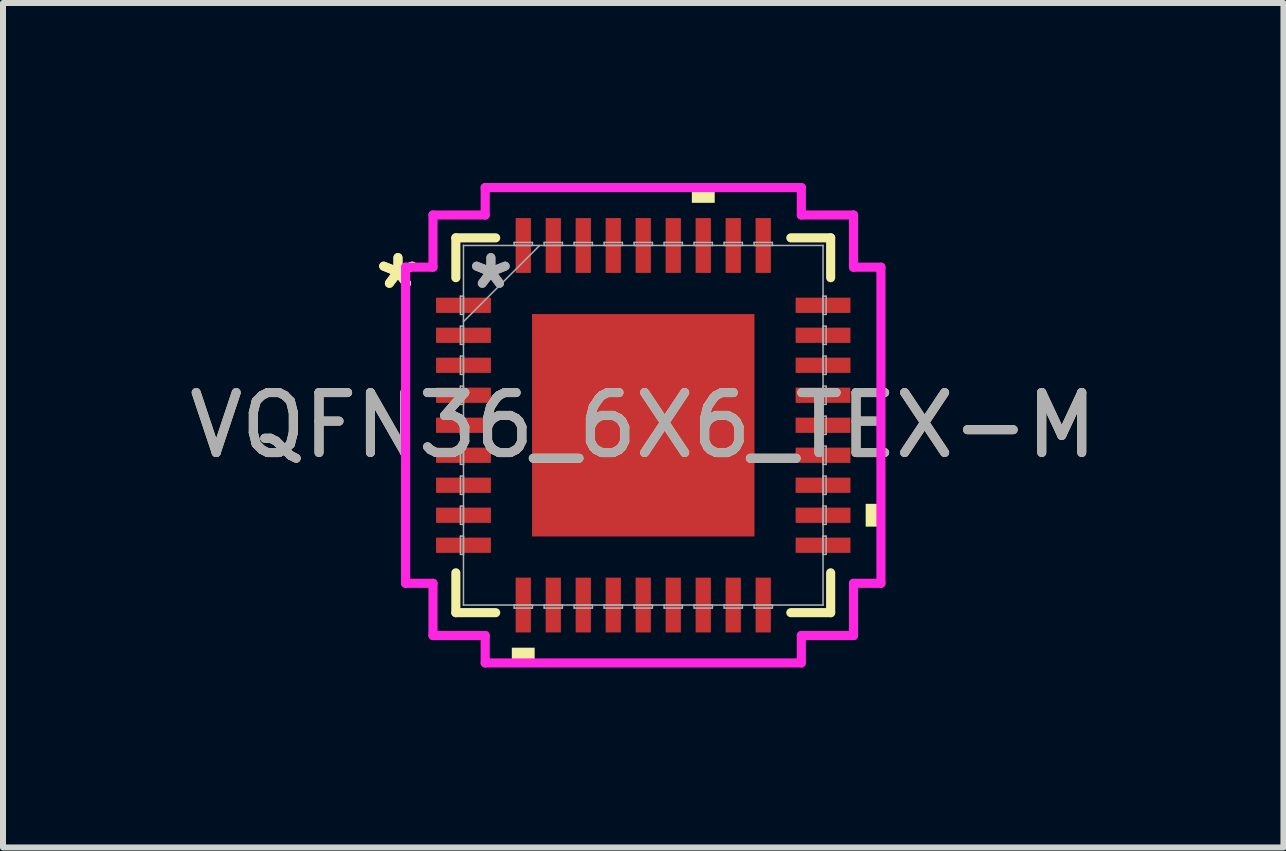
<source format=kicad_pcb>
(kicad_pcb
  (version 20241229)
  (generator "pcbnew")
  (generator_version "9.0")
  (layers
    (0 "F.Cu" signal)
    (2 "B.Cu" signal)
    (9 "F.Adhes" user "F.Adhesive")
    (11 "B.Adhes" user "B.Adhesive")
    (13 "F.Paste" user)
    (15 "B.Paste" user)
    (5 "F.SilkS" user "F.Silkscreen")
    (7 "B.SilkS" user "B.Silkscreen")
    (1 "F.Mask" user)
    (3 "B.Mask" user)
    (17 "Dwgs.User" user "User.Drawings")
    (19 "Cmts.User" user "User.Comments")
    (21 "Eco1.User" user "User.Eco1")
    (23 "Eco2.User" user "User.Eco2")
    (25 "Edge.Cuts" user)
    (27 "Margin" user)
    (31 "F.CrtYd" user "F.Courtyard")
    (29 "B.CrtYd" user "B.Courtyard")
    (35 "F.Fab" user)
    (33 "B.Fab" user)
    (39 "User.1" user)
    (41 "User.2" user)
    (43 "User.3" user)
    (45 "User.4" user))
  (footprint "VQFN36_6X6_TEX-M"
    (layer "F.Cu")
    (at 7.673 4.039)
    (property "Reference" "VQFN36_6X6_TEX-M" (at 0 0 0) (unlocked yes) (layer "F.SilkS") (effects (font (size 1 1) (thickness 0.15))))
    (attr smd)
    (fp_line (start -3.124 -3.124) (end -3.124 -2.46) (stroke (width 0.152) (type solid)) (layer "F.SilkS"))
    (fp_line (start -3.124 2.46) (end -3.124 3.124) (stroke (width 0.152) (type solid)) (layer "F.SilkS"))
    (fp_line (start -3.124 3.124) (end -2.46 3.124) (stroke (width 0.152) (type solid)) (layer "F.SilkS"))
    (fp_line (start -2.46 -3.124) (end -3.124 -3.124) (stroke (width 0.152) (type solid)) (layer "F.SilkS"))
    (fp_line (start 2.46 3.124) (end 3.124 3.124) (stroke (width 0.152) (type solid)) (layer "F.SilkS"))
    (fp_line (start 3.124 -3.124) (end 2.46 -3.124) (stroke (width 0.152) (type solid)) (layer "F.SilkS"))
    (fp_line (start 3.124 -2.46) (end 3.124 -3.124) (stroke (width 0.152) (type solid)) (layer "F.SilkS"))
    (fp_line (start 3.124 3.124) (end 3.124 2.46) (stroke (width 0.152) (type solid)) (layer "F.SilkS"))
    (fp_poly (pts (xy -2.191 3.708) (xy -2.191 3.962) (xy -1.81 3.962) (xy -1.81 3.708)) (stroke (width 0) (type solid)) (fill yes) (layer "F.SilkS"))
    (fp_poly (pts (xy 0.81 -3.708) (xy 0.81 -3.962) (xy 1.191 -3.962) (xy 1.191 -3.708)) (stroke (width 0) (type solid)) (fill yes) (layer "F.SilkS"))
    (fp_poly (pts (xy 3.962 1.31) (xy 3.962 1.69) (xy 3.708 1.69) (xy 3.708 1.31)) (stroke (width 0) (type solid)) (fill yes) (layer "F.SilkS"))
    (fp_poly (pts (xy -1.754 -1.754) (xy -1.754 -0.1) (xy -0.1 -0.1) (xy -0.1 -1.754)) (stroke (width 0) (type solid)) (fill yes) (layer "F.Paste"))
    (fp_poly (pts (xy -1.754 0.1) (xy -1.754 1.754) (xy -0.1 1.754) (xy -0.1 0.1)) (stroke (width 0) (type solid)) (fill yes) (layer "F.Paste"))
    (fp_poly (pts (xy 0.1 -1.754) (xy 0.1 -0.1) (xy 1.754 -0.1) (xy 1.754 -1.754)) (stroke (width 0) (type solid)) (fill yes) (layer "F.Paste"))
    (fp_poly (pts (xy 0.1 0.1) (xy 0.1 1.754) (xy 1.754 1.754) (xy 1.754 0.1)) (stroke (width 0) (type solid)) (fill yes) (layer "F.Paste"))
    (fp_line (start -3.962 -2.635) (end -3.505 -2.635) (stroke (width 0.152) (type solid)) (layer "F.CrtYd"))
    (fp_line (start -3.962 2.635) (end -3.962 -2.635) (stroke (width 0.152) (type solid)) (layer "F.CrtYd"))
    (fp_line (start -3.505 -3.505) (end -2.635 -3.505) (stroke (width 0.152) (type solid)) (layer "F.CrtYd"))
    (fp_line (start -3.505 -2.635) (end -3.505 -3.505) (stroke (width 0.152) (type solid)) (layer "F.CrtYd"))
    (fp_line (start -3.505 2.635) (end -3.962 2.635) (stroke (width 0.152) (type solid)) (layer "F.CrtYd"))
    (fp_line (start -3.505 3.505) (end -3.505 2.635) (stroke (width 0.152) (type solid)) (layer "F.CrtYd"))
    (fp_line (start -2.635 -3.962) (end 2.635 -3.962) (stroke (width 0.152) (type solid)) (layer "F.CrtYd"))
    (fp_line (start -2.635 -3.505) (end -2.635 -3.962) (stroke (width 0.152) (type solid)) (layer "F.CrtYd"))
    (fp_line (start -2.635 3.505) (end -3.505 3.505) (stroke (width 0.152) (type solid)) (layer "F.CrtYd"))
    (fp_line (start -2.635 3.962) (end -2.635 3.505) (stroke (width 0.152) (type solid)) (layer "F.CrtYd"))
    (fp_line (start 2.635 -3.962) (end 2.635 -3.505) (stroke (width 0.152) (type solid)) (layer "F.CrtYd"))
    (fp_line (start 2.635 -3.505) (end 3.505 -3.505) (stroke (width 0.152) (type solid)) (layer "F.CrtYd"))
    (fp_line (start 2.635 3.505) (end 2.635 3.962) (stroke (width 0.152) (type solid)) (layer "F.CrtYd"))
    (fp_line (start 2.635 3.962) (end -2.635 3.962) (stroke (width 0.152) (type solid)) (layer "F.CrtYd"))
    (fp_line (start 3.505 -3.505) (end 3.505 -2.635) (stroke (width 0.152) (type solid)) (layer "F.CrtYd"))
    (fp_line (start 3.505 -2.635) (end 3.962 -2.635) (stroke (width 0.152) (type solid)) (layer "F.CrtYd"))
    (fp_line (start 3.505 2.635) (end 3.505 3.505) (stroke (width 0.152) (type solid)) (layer "F.CrtYd"))
    (fp_line (start 3.505 3.505) (end 2.635 3.505) (stroke (width 0.152) (type solid)) (layer "F.CrtYd"))
    (fp_line (start 3.962 -2.635) (end 3.962 2.635) (stroke (width 0.152) (type solid)) (layer "F.CrtYd"))
    (fp_line (start 3.962 2.635) (end 3.505 2.635) (stroke (width 0.152) (type solid)) (layer "F.CrtYd"))
    (fp_line (start -3.048 -2.152) (end -3.048 -1.848) (stroke (width 0.025) (type solid)) (layer "F.Fab"))
    (fp_line (start -3.048 -1.848) (end -2.997 -1.848) (stroke (width 0.025) (type solid)) (layer "F.Fab"))
    (fp_line (start -3.048 -1.652) (end -3.048 -1.348) (stroke (width 0.025) (type solid)) (layer "F.Fab"))
    (fp_line (start -3.048 -1.348) (end -2.997 -1.348) (stroke (width 0.025) (type solid)) (layer "F.Fab"))
    (fp_line (start -3.048 -1.152) (end -3.048 -0.848) (stroke (width 0.025) (type solid)) (layer "F.Fab"))
    (fp_line (start -3.048 -0.848) (end -2.997 -0.848) (stroke (width 0.025) (type solid)) (layer "F.Fab"))
    (fp_line (start -3.048 -0.652) (end -3.048 -0.348) (stroke (width 0.025) (type solid)) (layer "F.Fab"))
    (fp_line (start -3.048 -0.348) (end -2.997 -0.348) (stroke (width 0.025) (type solid)) (layer "F.Fab"))
    (fp_line (start -3.048 -0.152) (end -3.048 0.152) (stroke (width 0.025) (type solid)) (layer "F.Fab"))
    (fp_line (start -3.048 0.152) (end -2.997 0.152) (stroke (width 0.025) (type solid)) (layer "F.Fab"))
    (fp_line (start -3.048 0.348) (end -3.048 0.652) (stroke (width 0.025) (type solid)) (layer "F.Fab"))
    (fp_line (start -3.048 0.652) (end -2.997 0.652) (stroke (width 0.025) (type solid)) (layer "F.Fab"))
    (fp_line (start -3.048 0.848) (end -3.048 1.152) (stroke (width 0.025) (type solid)) (layer "F.Fab"))
    (fp_line (start -3.048 1.152) (end -2.997 1.152) (stroke (width 0.025) (type solid)) (layer "F.Fab"))
    (fp_line (start -3.048 1.348) (end -3.048 1.652) (stroke (width 0.025) (type solid)) (layer "F.Fab"))
    (fp_line (start -3.048 1.652) (end -2.997 1.652) (stroke (width 0.025) (type solid)) (layer "F.Fab"))
    (fp_line (start -3.048 1.848) (end -3.048 2.152) (stroke (width 0.025) (type solid)) (layer "F.Fab"))
    (fp_line (start -3.048 2.152) (end -2.997 2.152) (stroke (width 0.025) (type solid)) (layer "F.Fab"))
    (fp_line (start -2.997 -2.997) (end -2.997 -2.997) (stroke (width 0.025) (type solid)) (layer "F.Fab"))
    (fp_line (start -2.997 -2.997) (end -2.997 2.997) (stroke (width 0.025) (type solid)) (layer "F.Fab"))
    (fp_line (start -2.997 -2.152) (end -3.048 -2.152) (stroke (width 0.025) (type solid)) (layer "F.Fab"))
    (fp_line (start -2.997 -1.848) (end -2.997 -2.152) (stroke (width 0.025) (type solid)) (layer "F.Fab"))
    (fp_line (start -2.997 -1.727) (end -1.727 -2.997) (stroke (width 0.025) (type solid)) (layer "F.Fab"))
    (fp_line (start -2.997 -1.652) (end -3.048 -1.652) (stroke (width 0.025) (type solid)) (layer "F.Fab"))
    (fp_line (start -2.997 -1.348) (end -2.997 -1.652) (stroke (width 0.025) (type solid)) (layer "F.Fab"))
    (fp_line (start -2.997 -1.152) (end -3.048 -1.152) (stroke (width 0.025) (type solid)) (layer "F.Fab"))
    (fp_line (start -2.997 -0.848) (end -2.997 -1.152) (stroke (width 0.025) (type solid)) (layer "F.Fab"))
    (fp_line (start -2.997 -0.652) (end -3.048 -0.652) (stroke (width 0.025) (type solid)) (layer "F.Fab"))
    (fp_line (start -2.997 -0.348) (end -2.997 -0.652) (stroke (width 0.025) (type solid)) (layer "F.Fab"))
    (fp_line (start -2.997 -0.152) (end -3.048 -0.152) (stroke (width 0.025) (type solid)) (layer "F.Fab"))
    (fp_line (start -2.997 0.152) (end -2.997 -0.152) (stroke (width 0.025) (type solid)) (layer "F.Fab"))
    (fp_line (start -2.997 0.348) (end -3.048 0.348) (stroke (width 0.025) (type solid)) (layer "F.Fab"))
    (fp_line (start -2.997 0.652) (end -2.997 0.348) (stroke (width 0.025) (type solid)) (layer "F.Fab"))
    (fp_line (start -2.997 0.848) (end -3.048 0.848) (stroke (width 0.025) (type solid)) (layer "F.Fab"))
    (fp_line (start -2.997 1.152) (end -2.997 0.848) (stroke (width 0.025) (type solid)) (layer "F.Fab"))
    (fp_line (start -2.997 1.348) (end -3.048 1.348) (stroke (width 0.025) (type solid)) (layer "F.Fab"))
    (fp_line (start -2.997 1.652) (end -2.997 1.348) (stroke (width 0.025) (type solid)) (layer "F.Fab"))
    (fp_line (start -2.997 1.848) (end -3.048 1.848) (stroke (width 0.025) (type solid)) (layer "F.Fab"))
    (fp_line (start -2.997 2.152) (end -2.997 1.848) (stroke (width 0.025) (type solid)) (layer "F.Fab"))
    (fp_line (start -2.997 2.997) (end -2.997 2.997) (stroke (width 0.025) (type solid)) (layer "F.Fab"))
    (fp_line (start -2.997 2.997) (end 2.997 2.997) (stroke (width 0.025) (type solid)) (layer "F.Fab"))
    (fp_line (start -2.152 -3.048) (end -2.152 -2.997) (stroke (width 0.025) (type solid)) (layer "F.Fab"))
    (fp_line (start -2.152 -2.997) (end -1.848 -2.997) (stroke (width 0.025) (type solid)) (layer "F.Fab"))
    (fp_line (start -2.152 2.997) (end -2.152 3.048) (stroke (width 0.025) (type solid)) (layer "F.Fab"))
    (fp_line (start -2.152 3.048) (end -1.848 3.048) (stroke (width 0.025) (type solid)) (layer "F.Fab"))
    (fp_line (start -1.848 -3.048) (end -2.152 -3.048) (stroke (width 0.025) (type solid)) (layer "F.Fab"))
    (fp_line (start -1.848 -2.997) (end -1.848 -3.048) (stroke (width 0.025) (type solid)) (layer "F.Fab"))
    (fp_line (start -1.848 2.997) (end -2.152 2.997) (stroke (width 0.025) (type solid)) (layer "F.Fab"))
    (fp_line (start -1.848 3.048) (end -1.848 2.997) (stroke (width 0.025) (type solid)) (layer "F.Fab"))
    (fp_line (start -1.652 -3.048) (end -1.652 -2.997) (stroke (width 0.025) (type solid)) (layer "F.Fab"))
    (fp_line (start -1.652 -2.997) (end -1.348 -2.997) (stroke (width 0.025) (type solid)) (layer "F.Fab"))
    (fp_line (start -1.652 2.997) (end -1.652 3.048) (stroke (width 0.025) (type solid)) (layer "F.Fab"))
    (fp_line (start -1.652 3.048) (end -1.348 3.048) (stroke (width 0.025) (type solid)) (layer "F.Fab"))
    (fp_line (start -1.348 -3.048) (end -1.652 -3.048) (stroke (width 0.025) (type solid)) (layer "F.Fab"))
    (fp_line (start -1.348 -2.997) (end -1.348 -3.048) (stroke (width 0.025) (type solid)) (layer "F.Fab"))
    (fp_line (start -1.348 2.997) (end -1.652 2.997) (stroke (width 0.025) (type solid)) (layer "F.Fab"))
    (fp_line (start -1.348 3.048) (end -1.348 2.997) (stroke (width 0.025) (type solid)) (layer "F.Fab"))
    (fp_line (start -1.152 -3.048) (end -1.152 -2.997) (stroke (width 0.025) (type solid)) (layer "F.Fab"))
    (fp_line (start -1.152 -2.997) (end -0.848 -2.997) (stroke (width 0.025) (type solid)) (layer "F.Fab"))
    (fp_line (start -1.152 2.997) (end -1.152 3.048) (stroke (width 0.025) (type solid)) (layer "F.Fab"))
    (fp_line (start -1.152 3.048) (end -0.848 3.048) (stroke (width 0.025) (type solid)) (layer "F.Fab"))
    (fp_line (start -0.848 -3.048) (end -1.152 -3.048) (stroke (width 0.025) (type solid)) (layer "F.Fab"))
    (fp_line (start -0.848 -2.997) (end -0.848 -3.048) (stroke (width 0.025) (type solid)) (layer "F.Fab"))
    (fp_line (start -0.848 2.997) (end -1.152 2.997) (stroke (width 0.025) (type solid)) (layer "F.Fab"))
    (fp_line (start -0.848 3.048) (end -0.848 2.997) (stroke (width 0.025) (type solid)) (layer "F.Fab"))
    (fp_line (start -0.652 -3.048) (end -0.652 -2.997) (stroke (width 0.025) (type solid)) (layer "F.Fab"))
    (fp_line (start -0.652 -2.997) (end -0.348 -2.997) (stroke (width 0.025) (type solid)) (layer "F.Fab"))
    (fp_line (start -0.652 2.997) (end -0.652 3.048) (stroke (width 0.025) (type solid)) (layer "F.Fab"))
    (fp_line (start -0.652 3.048) (end -0.348 3.048) (stroke (width 0.025) (type solid)) (layer "F.Fab"))
    (fp_line (start -0.348 -3.048) (end -0.652 -3.048) (stroke (width 0.025) (type solid)) (layer "F.Fab"))
    (fp_line (start -0.348 -2.997) (end -0.348 -3.048) (stroke (width 0.025) (type solid)) (layer "F.Fab"))
    (fp_line (start -0.348 2.997) (end -0.652 2.997) (stroke (width 0.025) (type solid)) (layer "F.Fab"))
    (fp_line (start -0.348 3.048) (end -0.348 2.997) (stroke (width 0.025) (type solid)) (layer "F.Fab"))
    (fp_line (start -0.152 -3.048) (end -0.152 -2.997) (stroke (width 0.025) (type solid)) (layer "F.Fab"))
    (fp_line (start -0.152 -2.997) (end 0.152 -2.997) (stroke (width 0.025) (type solid)) (layer "F.Fab"))
    (fp_line (start -0.152 2.997) (end -0.152 3.048) (stroke (width 0.025) (type solid)) (layer "F.Fab"))
    (fp_line (start -0.152 3.048) (end 0.152 3.048) (stroke (width 0.025) (type solid)) (layer "F.Fab"))
    (fp_line (start 0.152 -3.048) (end -0.152 -3.048) (stroke (width 0.025) (type solid)) (layer "F.Fab"))
    (fp_line (start 0.152 -2.997) (end 0.152 -3.048) (stroke (width 0.025) (type solid)) (layer "F.Fab"))
    (fp_line (start 0.152 2.997) (end -0.152 2.997) (stroke (width 0.025) (type solid)) (layer "F.Fab"))
    (fp_line (start 0.152 3.048) (end 0.152 2.997) (stroke (width 0.025) (type solid)) (layer "F.Fab"))
    (fp_line (start 0.348 -3.048) (end 0.348 -2.997) (stroke (width 0.025) (type solid)) (layer "F.Fab"))
    (fp_line (start 0.348 -2.997) (end 0.652 -2.997) (stroke (width 0.025) (type solid)) (layer "F.Fab"))
    (fp_line (start 0.348 2.997) (end 0.348 3.048) (stroke (width 0.025) (type solid)) (layer "F.Fab"))
    (fp_line (start 0.348 3.048) (end 0.652 3.048) (stroke (width 0.025) (type solid)) (layer "F.Fab"))
    (fp_line (start 0.652 -3.048) (end 0.348 -3.048) (stroke (width 0.025) (type solid)) (layer "F.Fab"))
    (fp_line (start 0.652 -2.997) (end 0.652 -3.048) (stroke (width 0.025) (type solid)) (layer "F.Fab"))
    (fp_line (start 0.652 2.997) (end 0.348 2.997) (stroke (width 0.025) (type solid)) (layer "F.Fab"))
    (fp_line (start 0.652 3.048) (end 0.652 2.997) (stroke (width 0.025) (type solid)) (layer "F.Fab"))
    (fp_line (start 0.848 -3.048) (end 0.848 -2.997) (stroke (width 0.025) (type solid)) (layer "F.Fab"))
    (fp_line (start 0.848 -2.997) (end 1.152 -2.997) (stroke (width 0.025) (type solid)) (layer "F.Fab"))
    (fp_line (start 0.848 2.997) (end 0.848 3.048) (stroke (width 0.025) (type solid)) (layer "F.Fab"))
    (fp_line (start 0.848 3.048) (end 1.152 3.048) (stroke (width 0.025) (type solid)) (layer "F.Fab"))
    (fp_line (start 1.152 -3.048) (end 0.848 -3.048) (stroke (width 0.025) (type solid)) (layer "F.Fab"))
    (fp_line (start 1.152 -2.997) (end 1.152 -3.048) (stroke (width 0.025) (type solid)) (layer "F.Fab"))
    (fp_line (start 1.152 2.997) (end 0.848 2.997) (stroke (width 0.025) (type solid)) (layer "F.Fab"))
    (fp_line (start 1.152 3.048) (end 1.152 2.997) (stroke (width 0.025) (type solid)) (layer "F.Fab"))
    (fp_line (start 1.348 -3.048) (end 1.348 -2.997) (stroke (width 0.025) (type solid)) (layer "F.Fab"))
    (fp_line (start 1.348 -2.997) (end 1.652 -2.997) (stroke (width 0.025) (type solid)) (layer "F.Fab"))
    (fp_line (start 1.348 2.997) (end 1.348 3.048) (stroke (width 0.025) (type solid)) (layer "F.Fab"))
    (fp_line (start 1.348 3.048) (end 1.652 3.048) (stroke (width 0.025) (type solid)) (layer "F.Fab"))
    (fp_line (start 1.652 -3.048) (end 1.348 -3.048) (stroke (width 0.025) (type solid)) (layer "F.Fab"))
    (fp_line (start 1.652 -2.997) (end 1.652 -3.048) (stroke (width 0.025) (type solid)) (layer "F.Fab"))
    (fp_line (start 1.652 2.997) (end 1.348 2.997) (stroke (width 0.025) (type solid)) (layer "F.Fab"))
    (fp_line (start 1.652 3.048) (end 1.652 2.997) (stroke (width 0.025) (type solid)) (layer "F.Fab"))
    (fp_line (start 1.848 -3.048) (end 1.848 -2.997) (stroke (width 0.025) (type solid)) (layer "F.Fab"))
    (fp_line (start 1.848 -2.997) (end 2.152 -2.997) (stroke (width 0.025) (type solid)) (layer "F.Fab"))
    (fp_line (start 1.848 2.997) (end 1.848 3.048) (stroke (width 0.025) (type solid)) (layer "F.Fab"))
    (fp_line (start 1.848 3.048) (end 2.152 3.048) (stroke (width 0.025) (type solid)) (layer "F.Fab"))
    (fp_line (start 2.152 -3.048) (end 1.848 -3.048) (stroke (width 0.025) (type solid)) (layer "F.Fab"))
    (fp_line (start 2.152 -2.997) (end 2.152 -3.048) (stroke (width 0.025) (type solid)) (layer "F.Fab"))
    (fp_line (start 2.152 2.997) (end 1.848 2.997) (stroke (width 0.025) (type solid)) (layer "F.Fab"))
    (fp_line (start 2.152 3.048) (end 2.152 2.997) (stroke (width 0.025) (type solid)) (layer "F.Fab"))
    (fp_line (start 2.997 -2.997) (end -2.997 -2.997) (stroke (width 0.025) (type solid)) (layer "F.Fab"))
    (fp_line (start 2.997 -2.997) (end 2.997 -2.997) (stroke (width 0.025) (type solid)) (layer "F.Fab"))
    (fp_line (start 2.997 -2.152) (end 2.997 -1.848) (stroke (width 0.025) (type solid)) (layer "F.Fab"))
    (fp_line (start 2.997 -1.848) (end 3.048 -1.848) (stroke (width 0.025) (type solid)) (layer "F.Fab"))
    (fp_line (start 2.997 -1.652) (end 2.997 -1.348) (stroke (width 0.025) (type solid)) (layer "F.Fab"))
    (fp_line (start 2.997 -1.348) (end 3.048 -1.348) (stroke (width 0.025) (type solid)) (layer "F.Fab"))
    (fp_line (start 2.997 -1.152) (end 2.997 -0.848) (stroke (width 0.025) (type solid)) (layer "F.Fab"))
    (fp_line (start 2.997 -0.848) (end 3.048 -0.848) (stroke (width 0.025) (type solid)) (layer "F.Fab"))
    (fp_line (start 2.997 -0.652) (end 2.997 -0.348) (stroke (width 0.025) (type solid)) (layer "F.Fab"))
    (fp_line (start 2.997 -0.348) (end 3.048 -0.348) (stroke (width 0.025) (type solid)) (layer "F.Fab"))
    (fp_line (start 2.997 -0.152) (end 2.997 0.152) (stroke (width 0.025) (type solid)) (layer "F.Fab"))
    (fp_line (start 2.997 0.152) (end 3.048 0.152) (stroke (width 0.025) (type solid)) (layer "F.Fab"))
    (fp_line (start 2.997 0.348) (end 2.997 0.652) (stroke (width 0.025) (type solid)) (layer "F.Fab"))
    (fp_line (start 2.997 0.652) (end 3.048 0.652) (stroke (width 0.025) (type solid)) (layer "F.Fab"))
    (fp_line (start 2.997 0.848) (end 2.997 1.152) (stroke (width 0.025) (type solid)) (layer "F.Fab"))
    (fp_line (start 2.997 1.152) (end 3.048 1.152) (stroke (width 0.025) (type solid)) (layer "F.Fab"))
    (fp_line (start 2.997 1.348) (end 2.997 1.652) (stroke (width 0.025) (type solid)) (layer "F.Fab"))
    (fp_line (start 2.997 1.652) (end 3.048 1.652) (stroke (width 0.025) (type solid)) (layer "F.Fab"))
    (fp_line (start 2.997 1.848) (end 2.997 2.152) (stroke (width 0.025) (type solid)) (layer "F.Fab"))
    (fp_line (start 2.997 2.152) (end 3.048 2.152) (stroke (width 0.025) (type solid)) (layer "F.Fab"))
    (fp_line (start 2.997 2.997) (end 2.997 -2.997) (stroke (width 0.025) (type solid)) (layer "F.Fab"))
    (fp_line (start 2.997 2.997) (end 2.997 2.997) (stroke (width 0.025) (type solid)) (layer "F.Fab"))
    (fp_line (start 3.048 -2.152) (end 2.997 -2.152) (stroke (width 0.025) (type solid)) (layer "F.Fab"))
    (fp_line (start 3.048 -1.848) (end 3.048 -2.152) (stroke (width 0.025) (type solid)) (layer "F.Fab"))
    (fp_line (start 3.048 -1.652) (end 2.997 -1.652) (stroke (width 0.025) (type solid)) (layer "F.Fab"))
    (fp_line (start 3.048 -1.348) (end 3.048 -1.652) (stroke (width 0.025) (type solid)) (layer "F.Fab"))
    (fp_line (start 3.048 -1.152) (end 2.997 -1.152) (stroke (width 0.025) (type solid)) (layer "F.Fab"))
    (fp_line (start 3.048 -0.848) (end 3.048 -1.152) (stroke (width 0.025) (type solid)) (layer "F.Fab"))
    (fp_line (start 3.048 -0.652) (end 2.997 -0.652) (stroke (width 0.025) (type solid)) (layer "F.Fab"))
    (fp_line (start 3.048 -0.348) (end 3.048 -0.652) (stroke (width 0.025) (type solid)) (layer "F.Fab"))
    (fp_line (start 3.048 -0.152) (end 2.997 -0.152) (stroke (width 0.025) (type solid)) (layer "F.Fab"))
    (fp_line (start 3.048 0.152) (end 3.048 -0.152) (stroke (width 0.025) (type solid)) (layer "F.Fab"))
    (fp_line (start 3.048 0.348) (end 2.997 0.348) (stroke (width 0.025) (type solid)) (layer "F.Fab"))
    (fp_line (start 3.048 0.652) (end 3.048 0.348) (stroke (width 0.025) (type solid)) (layer "F.Fab"))
    (fp_line (start 3.048 0.848) (end 2.997 0.848) (stroke (width 0.025) (type solid)) (layer "F.Fab"))
    (fp_line (start 3.048 1.152) (end 3.048 0.848) (stroke (width 0.025) (type solid)) (layer "F.Fab"))
    (fp_line (start 3.048 1.348) (end 2.997 1.348) (stroke (width 0.025) (type solid)) (layer "F.Fab"))
    (fp_line (start 3.048 1.652) (end 3.048 1.348) (stroke (width 0.025) (type solid)) (layer "F.Fab"))
    (fp_line (start 3.048 1.848) (end 2.997 1.848) (stroke (width 0.025) (type solid)) (layer "F.Fab"))
    (fp_line (start 3.048 2.152) (end 3.048 1.848) (stroke (width 0.025) (type solid)) (layer "F.Fab"))
    (fp_text user "*" (at -4.089 -2.25 0) (unlocked yes) (layer "F.SilkS") (effects (font (size 1 1) (thickness 0.15))))
    (fp_text user "*" (at -4.089 -2.25 0) (layer "F.SilkS") (effects (font (size 1 1) (thickness 0.15))))
    (fp_text user "*" (at -2.54 -2.25 0) (layer "F.Fab") (effects (font (size 1 1) (thickness 0.15))))
    (fp_text user "*" (at -2.54 -2.25 0) (unlocked yes) (layer "F.Fab") (effects (font (size 1 1) (thickness 0.15))))
    (fp_text user "${REFERENCE}" (at 0 0 0) (unlocked yes) (layer "F.Fab") (effects (font (size 1 1) (thickness 0.15))))
    (pad "1" smd rect (at -2.997 -2 90) (size 0.254 0.914) (layers "F.Cu" "F.Mask" "F.Paste"))
    (pad "2" smd rect (at -2.997 -1.5 90) (size 0.254 0.914) (layers "F.Cu" "F.Mask" "F.Paste"))
    (pad "3" smd rect (at -2.997 -1 90) (size 0.254 0.914) (layers "F.Cu" "F.Mask" "F.Paste"))
    (pad "4" smd rect (at -2.997 -0.5 90) (size 0.254 0.914) (layers "F.Cu" "F.Mask" "F.Paste"))
    (pad "5" smd rect (at -2.997 0 90) (size 0.254 0.914) (layers "F.Cu" "F.Mask" "F.Paste"))
    (pad "6" smd rect (at -2.997 0.5 90) (size 0.254 0.914) (layers "F.Cu" "F.Mask" "F.Paste"))
    (pad "7" smd rect (at -2.997 1 90) (size 0.254 0.914) (layers "F.Cu" "F.Mask" "F.Paste"))
    (pad "8" smd rect (at -2.997 1.5 90) (size 0.254 0.914) (layers "F.Cu" "F.Mask" "F.Paste"))
    (pad "9" smd rect (at -2.997 2 90) (size 0.254 0.914) (layers "F.Cu" "F.Mask" "F.Paste"))
    (pad "10" smd rect (at -2 2.997) (size 0.254 0.914) (layers "F.Cu" "F.Mask" "F.Paste"))
    (pad "11" smd rect (at -1.5 2.997) (size 0.254 0.914) (layers "F.Cu" "F.Mask" "F.Paste"))
    (pad "12" smd rect (at -1 2.997) (size 0.254 0.914) (layers "F.Cu" "F.Mask" "F.Paste"))
    (pad "13" smd rect (at -0.5 2.997) (size 0.254 0.914) (layers "F.Cu" "F.Mask" "F.Paste"))
    (pad "14" smd rect (at 0 2.997) (size 0.254 0.914) (layers "F.Cu" "F.Mask" "F.Paste"))
    (pad "15" smd rect (at 0.5 2.997) (size 0.254 0.914) (layers "F.Cu" "F.Mask" "F.Paste"))
    (pad "16" smd rect (at 1 2.997) (size 0.254 0.914) (layers "F.Cu" "F.Mask" "F.Paste"))
    (pad "17" smd rect (at 1.5 2.997) (size 0.254 0.914) (layers "F.Cu" "F.Mask" "F.Paste"))
    (pad "18" smd rect (at 2 2.997) (size 0.254 0.914) (layers "F.Cu" "F.Mask" "F.Paste"))
    (pad "19" smd rect (at 2.997 2 90) (size 0.254 0.914) (layers "F.Cu" "F.Mask" "F.Paste"))
    (pad "20" smd rect (at 2.997 1.5 90) (size 0.254 0.914) (layers "F.Cu" "F.Mask" "F.Paste"))
    (pad "21" smd rect (at 2.997 1 90) (size 0.254 0.914) (layers "F.Cu" "F.Mask" "F.Paste"))
    (pad "22" smd rect (at 2.997 0.5 90) (size 0.254 0.914) (layers "F.Cu" "F.Mask" "F.Paste"))
    (pad "23" smd rect (at 2.997 0 90) (size 0.254 0.914) (layers "F.Cu" "F.Mask" "F.Paste"))
    (pad "24" smd rect (at 2.997 -0.5 90) (size 0.254 0.914) (layers "F.Cu" "F.Mask" "F.Paste"))
    (pad "25" smd rect (at 2.997 -1 90) (size 0.254 0.914) (layers "F.Cu" "F.Mask" "F.Paste"))
    (pad "26" smd rect (at 2.997 -1.5 90) (size 0.254 0.914) (layers "F.Cu" "F.Mask" "F.Paste"))
    (pad "27" smd rect (at 2.997 -2 90) (size 0.254 0.914) (layers "F.Cu" "F.Mask" "F.Paste"))
    (pad "28" smd rect (at 2 -2.997) (size 0.254 0.914) (layers "F.Cu" "F.Mask" "F.Paste"))
    (pad "29" smd rect (at 1.5 -2.997) (size 0.254 0.914) (layers "F.Cu" "F.Mask" "F.Paste"))
    (pad "30" smd rect (at 1 -2.997) (size 0.254 0.914) (layers "F.Cu" "F.Mask" "F.Paste"))
    (pad "31" smd rect (at 0.5 -2.997) (size 0.254 0.914) (layers "F.Cu" "F.Mask" "F.Paste"))
    (pad "32" smd rect (at 0 -2.997) (size 0.254 0.914) (layers "F.Cu" "F.Mask" "F.Paste"))
    (pad "33" smd rect (at -0.5 -2.997) (size 0.254 0.914) (layers "F.Cu" "F.Mask" "F.Paste"))
    (pad "34" smd rect (at -1 -2.997) (size 0.254 0.914) (layers "F.Cu" "F.Mask" "F.Paste"))
    (pad "35" smd rect (at -1.5 -2.997) (size 0.254 0.914) (layers "F.Cu" "F.Mask" "F.Paste"))
    (pad "36" smd rect (at -2 -2.997) (size 0.254 0.914) (layers "F.Cu" "F.Mask" "F.Paste"))
    (pad "37" smd rect (at 0 0) (size 3.708 3.708) (layers "F.Cu" "F.Mask" "F.Paste")))
  (gr_rect
    (start -3 -3)
    (end 18.345 11.077)
    (stroke (width 0.1) (type default))
    (fill no)
    (layer "Edge.Cuts")))
</source>
